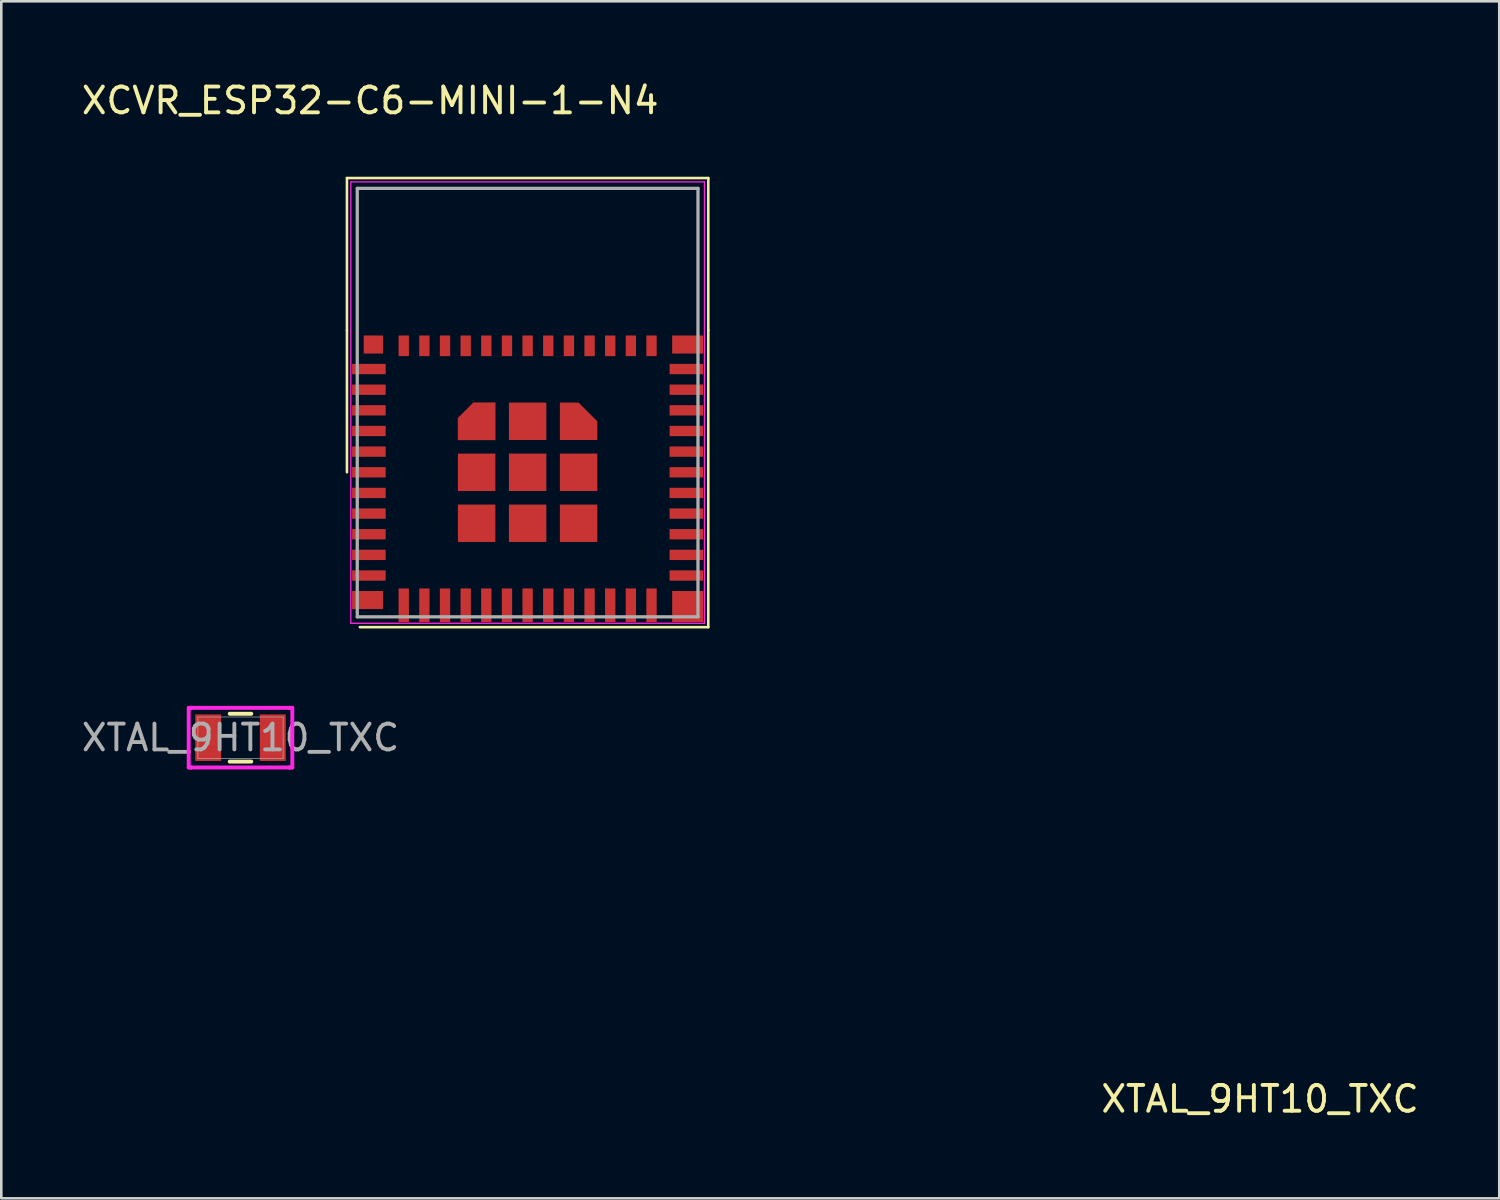
<source format=kicad_pcb>
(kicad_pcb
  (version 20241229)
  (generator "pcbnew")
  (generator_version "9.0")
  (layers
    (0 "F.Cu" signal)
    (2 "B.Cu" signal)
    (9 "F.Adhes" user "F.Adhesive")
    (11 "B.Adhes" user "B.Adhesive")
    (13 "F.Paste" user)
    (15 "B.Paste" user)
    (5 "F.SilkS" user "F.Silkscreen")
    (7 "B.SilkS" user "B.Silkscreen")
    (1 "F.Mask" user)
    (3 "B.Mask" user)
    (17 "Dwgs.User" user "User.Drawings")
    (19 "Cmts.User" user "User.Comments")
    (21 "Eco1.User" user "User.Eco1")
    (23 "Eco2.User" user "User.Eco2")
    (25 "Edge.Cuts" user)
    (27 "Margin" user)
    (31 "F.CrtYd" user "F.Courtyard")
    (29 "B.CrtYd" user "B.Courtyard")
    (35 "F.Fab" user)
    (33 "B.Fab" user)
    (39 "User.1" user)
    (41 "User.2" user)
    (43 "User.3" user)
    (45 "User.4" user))
  (footprint "XCVR_ESP32-C6-MINI-1-N4"
    (layer "F.Cu")
    (at 17.392 15.248)
    (property "Reference" "XCVR_ESP32-C6-MINI-1-N4" (at -6.1 -14.4 0) (layer "F.SilkS") (effects (font (size 1 1) (thickness 0.15))))
    (attr smd)
    (fp_poly (pts (xy -2.8 -1.15) (xy -1.15 -1.15) (xy -1.15 -2.8) (xy -2.15 -2.8) (xy -2.8 -2.15)) (stroke (width 0.01) (type solid)) (fill yes) (layer "F.Mask"))
    (fp_line (start -7 -11.4) (end -7 -5.5) (stroke (width 0.1) (type default)) (layer "F.SilkS"))
    (fp_line (start -7 -11.4) (end 7 -11.4) (stroke (width 0.1) (type default)) (layer "F.SilkS"))
    (fp_line (start -7 -5.5) (end -7 0) (stroke (width 0.1) (type default)) (layer "F.SilkS"))
    (fp_line (start -6.5 6) (end 7 6) (stroke (width 0.1) (type default)) (layer "F.SilkS"))
    (fp_line (start 7 -11.4) (end 7 -5.5) (stroke (width 0.1) (type default)) (layer "F.SilkS"))
    (fp_line (start 7 6) (end 7 -5.5) (stroke (width 0.1) (type default)) (layer "F.SilkS"))
    (fp_poly (pts (xy -2.7 -1.25) (xy -1.25 -1.25) (xy -1.25 -2.7) (xy -2.1 -2.7) (xy -2.7 -2.1)) (stroke (width 0.01) (type solid)) (fill yes) (layer "F.Paste"))
    (fp_line (start -6.85 -11.25) (end -6.85 5.85) (stroke (width 0.05) (type solid)) (layer "F.CrtYd"))
    (fp_line (start -6.85 5.85) (end 6.85 5.85) (stroke (width 0.05) (type solid)) (layer "F.CrtYd"))
    (fp_line (start 6.85 -11.25) (end -6.85 -11.25) (stroke (width 0.05) (type solid)) (layer "F.CrtYd"))
    (fp_line (start 6.85 5.85) (end 6.85 -11.25) (stroke (width 0.05) (type solid)) (layer "F.CrtYd"))
    (fp_line (start -6.6 -11) (end 6.6 -11) (stroke (width 0.127) (type solid)) (layer "F.Fab"))
    (fp_line (start -6.6 5.6) (end -6.6 -11) (stroke (width 0.127) (type solid)) (layer "F.Fab"))
    (fp_line (start 6.6 -11) (end 6.6 5.6) (stroke (width 0.127) (type solid)) (layer "F.Fab"))
    (fp_line (start 6.6 5.6) (end -6.6 5.6) (stroke (width 0.127) (type solid)) (layer "F.Fab"))
    (pad "1" smd rect (at -6.15 -4) (size 1.3 0.4) (layers "F.Cu" "F.Mask" "F.Paste"))
    (pad "2" smd rect (at -6.15 -3.2) (size 1.3 0.4) (layers "F.Cu" "F.Mask" "F.Paste"))
    (pad "3" smd rect (at -6.15 -2.4) (size 1.3 0.4) (layers "F.Cu" "F.Mask" "F.Paste"))
    (pad "4" smd rect (at -6.15 -1.6) (size 1.3 0.4) (layers "F.Cu" "F.Mask" "F.Paste"))
    (pad "5" smd rect (at -6.15 -0.8) (size 1.3 0.4) (layers "F.Cu" "F.Mask" "F.Paste"))
    (pad "6" smd rect (at -6.15 0) (size 1.3 0.4) (layers "F.Cu" "F.Mask" "F.Paste"))
    (pad "7" smd rect (at -6.15 0.8) (size 1.3 0.4) (layers "F.Cu" "F.Mask" "F.Paste"))
    (pad "8" smd rect (at -6.15 1.6) (size 1.3 0.4) (layers "F.Cu" "F.Mask" "F.Paste"))
    (pad "9" smd rect (at -6.15 2.4) (size 1.3 0.4) (layers "F.Cu" "F.Mask" "F.Paste"))
    (pad "10" smd rect (at -6.15 3.2) (size 1.3 0.4) (layers "F.Cu" "F.Mask" "F.Paste"))
    (pad "11" smd rect (at -6.15 4) (size 1.3 0.4) (layers "F.Cu" "F.Mask" "F.Paste"))
    (pad "12" smd rect (at -4.8 5.15) (size 0.4 1.3) (layers "F.Cu" "F.Mask" "F.Paste"))
    (pad "13" smd rect (at -4 5.15) (size 0.4 1.3) (layers "F.Cu" "F.Mask" "F.Paste"))
    (pad "14" smd rect (at -3.2 5.15) (size 0.4 1.3) (layers "F.Cu" "F.Mask" "F.Paste"))
    (pad "15" smd rect (at -2.4 5.15) (size 0.4 1.3) (layers "F.Cu" "F.Mask" "F.Paste"))
    (pad "16" smd rect (at -1.6 5.15) (size 0.4 1.3) (layers "F.Cu" "F.Mask" "F.Paste"))
    (pad "17" smd rect (at -0.8 5.15) (size 0.4 1.3) (layers "F.Cu" "F.Mask" "F.Paste"))
    (pad "18" smd rect (at 0 5.15) (size 0.4 1.3) (layers "F.Cu" "F.Mask" "F.Paste"))
    (pad "19" smd rect (at 0.8 5.15) (size 0.4 1.3) (layers "F.Cu" "F.Mask" "F.Paste"))
    (pad "20" smd rect (at 1.6 5.15) (size 0.4 1.3) (layers "F.Cu" "F.Mask" "F.Paste"))
    (pad "21" smd rect (at 2.4 5.15) (size 0.4 1.3) (layers "F.Cu" "F.Mask" "F.Paste"))
    (pad "22" smd rect (at 3.2 5.15) (size 0.4 1.3) (layers "F.Cu" "F.Mask" "F.Paste"))
    (pad "23" smd rect (at 4 5.15) (size 0.4 1.3) (layers "F.Cu" "F.Mask" "F.Paste"))
    (pad "24" smd rect (at 4.8 5.15) (size 0.4 1.3) (layers "F.Cu" "F.Mask" "F.Paste"))
    (pad "25" smd rect (at 6.15 4) (size 1.3 0.4) (layers "F.Cu" "F.Mask" "F.Paste"))
    (pad "26" smd rect (at 6.15 3.2) (size 1.3 0.4) (layers "F.Cu" "F.Mask" "F.Paste"))
    (pad "27" smd rect (at 6.15 2.4) (size 1.3 0.4) (layers "F.Cu" "F.Mask" "F.Paste"))
    (pad "28" smd rect (at 6.15 1.6) (size 1.3 0.4) (layers "F.Cu" "F.Mask" "F.Paste"))
    (pad "29" smd rect (at 6.15 0.8) (size 1.3 0.4) (layers "F.Cu" "F.Mask" "F.Paste"))
    (pad "30" smd rect (at 6.15 0) (size 1.3 0.4) (layers "F.Cu" "F.Mask" "F.Paste"))
    (pad "31" smd rect (at 6.15 -0.8) (size 1.3 0.4) (layers "F.Cu" "F.Mask" "F.Paste"))
    (pad "32" smd rect (at 6.15 -1.6) (size 1.3 0.4) (layers "F.Cu" "F.Mask" "F.Paste"))
    (pad "33" smd rect (at 6.15 -2.4) (size 1.3 0.4) (layers "F.Cu" "F.Mask" "F.Paste"))
    (pad "34" smd rect (at 6.15 -3.2) (size 1.3 0.4) (layers "F.Cu" "F.Mask" "F.Paste"))
    (pad "35" smd rect (at 6.15 -4) (size 1.3 0.4) (layers "F.Cu" "F.Mask" "F.Paste"))
    (pad "36" smd rect (at 4.8 -4.9) (size 0.4 0.8) (layers "F.Cu" "F.Mask" "F.Paste"))
    (pad "37" smd rect (at 4 -4.9) (size 0.4 0.8) (layers "F.Cu" "F.Mask" "F.Paste"))
    (pad "38" smd rect (at 3.2 -4.9) (size 0.4 0.8) (layers "F.Cu" "F.Mask" "F.Paste"))
    (pad "39" smd rect (at 2.4 -4.9) (size 0.4 0.8) (layers "F.Cu" "F.Mask" "F.Paste"))
    (pad "40" smd rect (at 1.6 -4.9) (size 0.4 0.8) (layers "F.Cu" "F.Mask" "F.Paste"))
    (pad "41" smd rect (at 0.8 -4.9) (size 0.4 0.8) (layers "F.Cu" "F.Mask" "F.Paste"))
    (pad "42" smd rect (at 0 -4.9) (size 0.4 0.8) (layers "F.Cu" "F.Mask" "F.Paste"))
    (pad "43" smd rect (at -0.8 -4.9) (size 0.4 0.8) (layers "F.Cu" "F.Mask" "F.Paste"))
    (pad "44" smd rect (at -1.6 -4.9) (size 0.4 0.8) (layers "F.Cu" "F.Mask" "F.Paste"))
    (pad "45" smd rect (at -2.4 -4.9) (size 0.4 0.8) (layers "F.Cu" "F.Mask" "F.Paste"))
    (pad "46" smd rect (at -3.2 -4.9) (size 0.4 0.8) (layers "F.Cu" "F.Mask" "F.Paste"))
    (pad "47" smd rect (at -4 -4.9) (size 0.4 0.8) (layers "F.Cu" "F.Mask" "F.Paste"))
    (pad "48" smd rect (at -4.8 -4.9) (size 0.4 0.8) (layers "F.Cu" "F.Mask" "F.Paste"))
    (pad "49_1" smd custom (at -1.975 -1.975) (size 0.4 0.4) (layers "F.Cu") (options (anchor rect)) (primitives (gr_poly (pts (xy -0.725 0.725) (xy 0.725 0.725) (xy 0.725 -0.725) (xy -0.125 -0.725) (xy -0.725 -0.125)) (width 0.01) (fill yes))))
    (pad "49_2" smd rect (at 0 -1.975) (size 1.45 1.45) (layers "F.Cu" "F.Mask" "F.Paste"))
    (pad "49_3" smd roundrect (at 1.975 -1.975) (size 1.45 1.45) (layers "F.Cu" "F.Mask" "F.Paste") (roundrect_rratio 0) (chamfer_ratio 0.5) (chamfer top_right))
    (pad "49_4" smd rect (at -1.975 0) (size 1.45 1.45) (layers "F.Cu" "F.Mask" "F.Paste"))
    (pad "49_5" smd rect (at 0 0) (size 1.45 1.45) (layers "F.Cu" "F.Mask" "F.Paste"))
    (pad "49_6" smd rect (at 1.975 0) (size 1.45 1.45) (layers "F.Cu" "F.Mask" "F.Paste"))
    (pad "49_7" smd rect (at -1.975 1.975) (size 1.45 1.45) (layers "F.Cu" "F.Mask" "F.Paste"))
    (pad "49_8" smd rect (at 0 1.975) (size 1.45 1.45) (layers "F.Cu" "F.Mask" "F.Paste"))
    (pad "49_9" smd rect (at 1.975 1.975) (size 1.45 1.45) (layers "F.Cu" "F.Mask" "F.Paste"))
    (pad "50" smd rect (at 6.2 -4.95) (size 1.2 0.7) (layers "F.Cu" "F.Mask" "F.Paste"))
    (pad "51" smd rect (at 6.203 5.2) (size 1.207 1.201) (layers "F.Cu" "F.Mask" "F.Paste"))
    (pad "52" smd rect (at -6.2 4.95) (size 1.2 0.7) (layers "F.Cu" "F.Mask" "F.Paste"))
    (pad "53" smd rect (at -5.975 -4.95) (size 0.75 0.7) (layers "F.Cu" "F.Mask" "F.Paste")))
  (footprint "XTAL_9HT10_TXC"
    (layer "F.Cu")
    (at 6.268 25.53)
    (property "Reference" "XTAL_9HT10_TXC" (at 39.5 14 0) (unlocked yes) (layer "F.SilkS") (effects (font (size 1 1) (thickness 0.15))))
    (attr smd)
    (fp_line (start -0.418 0.927) (end 0.418 0.927) (stroke (width 0.152) (type solid)) (layer "F.SilkS"))
    (fp_line (start 0.418 -0.927) (end -0.418 -0.927) (stroke (width 0.152) (type solid)) (layer "F.SilkS"))
    (fp_line (start -2.007 -1.156) (end -1.905 -1.156) (stroke (width 0.152) (type solid)) (layer "F.CrtYd"))
    (fp_line (start -2.007 1.156) (end -2.007 -1.156) (stroke (width 0.152) (type solid)) (layer "F.CrtYd"))
    (fp_line (start -1.905 -1.156) (end -1.905 -1.156) (stroke (width 0.152) (type solid)) (layer "F.CrtYd"))
    (fp_line (start -1.905 -1.156) (end 1.905 -1.156) (stroke (width 0.152) (type solid)) (layer "F.CrtYd"))
    (fp_line (start -1.905 1.156) (end -2.007 1.156) (stroke (width 0.152) (type solid)) (layer "F.CrtYd"))
    (fp_line (start -1.905 1.156) (end -1.905 1.156) (stroke (width 0.152) (type solid)) (layer "F.CrtYd"))
    (fp_line (start 1.905 -1.156) (end 1.905 -1.156) (stroke (width 0.152) (type solid)) (layer "F.CrtYd"))
    (fp_line (start 1.905 -1.156) (end 2.007 -1.156) (stroke (width 0.152) (type solid)) (layer "F.CrtYd"))
    (fp_line (start 1.905 1.156) (end -1.905 1.156) (stroke (width 0.152) (type solid)) (layer "F.CrtYd"))
    (fp_line (start 1.905 1.156) (end 1.905 1.156) (stroke (width 0.152) (type solid)) (layer "F.CrtYd"))
    (fp_line (start 2.007 -1.156) (end 2.007 1.156) (stroke (width 0.152) (type solid)) (layer "F.CrtYd"))
    (fp_line (start 2.007 1.156) (end 1.905 1.156) (stroke (width 0.152) (type solid)) (layer "F.CrtYd"))
    (fp_line (start -1.651 -0.8) (end -1.651 0.8) (stroke (width 0.025) (type solid)) (layer "F.Fab"))
    (fp_line (start -1.651 0.8) (end 1.651 0.8) (stroke (width 0.025) (type solid)) (layer "F.Fab"))
    (fp_line (start 1.651 -0.8) (end -1.651 -0.8) (stroke (width 0.025) (type solid)) (layer "F.Fab"))
    (fp_line (start 1.651 0.8) (end 1.651 -0.8) (stroke (width 0.025) (type solid)) (layer "F.Fab"))
    (fp_text user "${REFERENCE}" (at 0 0 0) (unlocked yes) (layer "F.Fab") (effects (font (size 1 1) (thickness 0.15))))
    (pad "1" smd rect (at -1.251 0) (size 1.003 1.803) (layers "F.Cu" "F.Mask" "F.Paste"))
    (pad "2" smd rect (at 1.251 0) (size 1.003 1.803) (layers "F.Cu" "F.Mask" "F.Paste")))
  (gr_rect
    (start -3 -3)
    (end 55.036 43.378)
    (stroke (width 0.1) (type default))
    (fill no)
    (layer "Edge.Cuts")))
</source>
